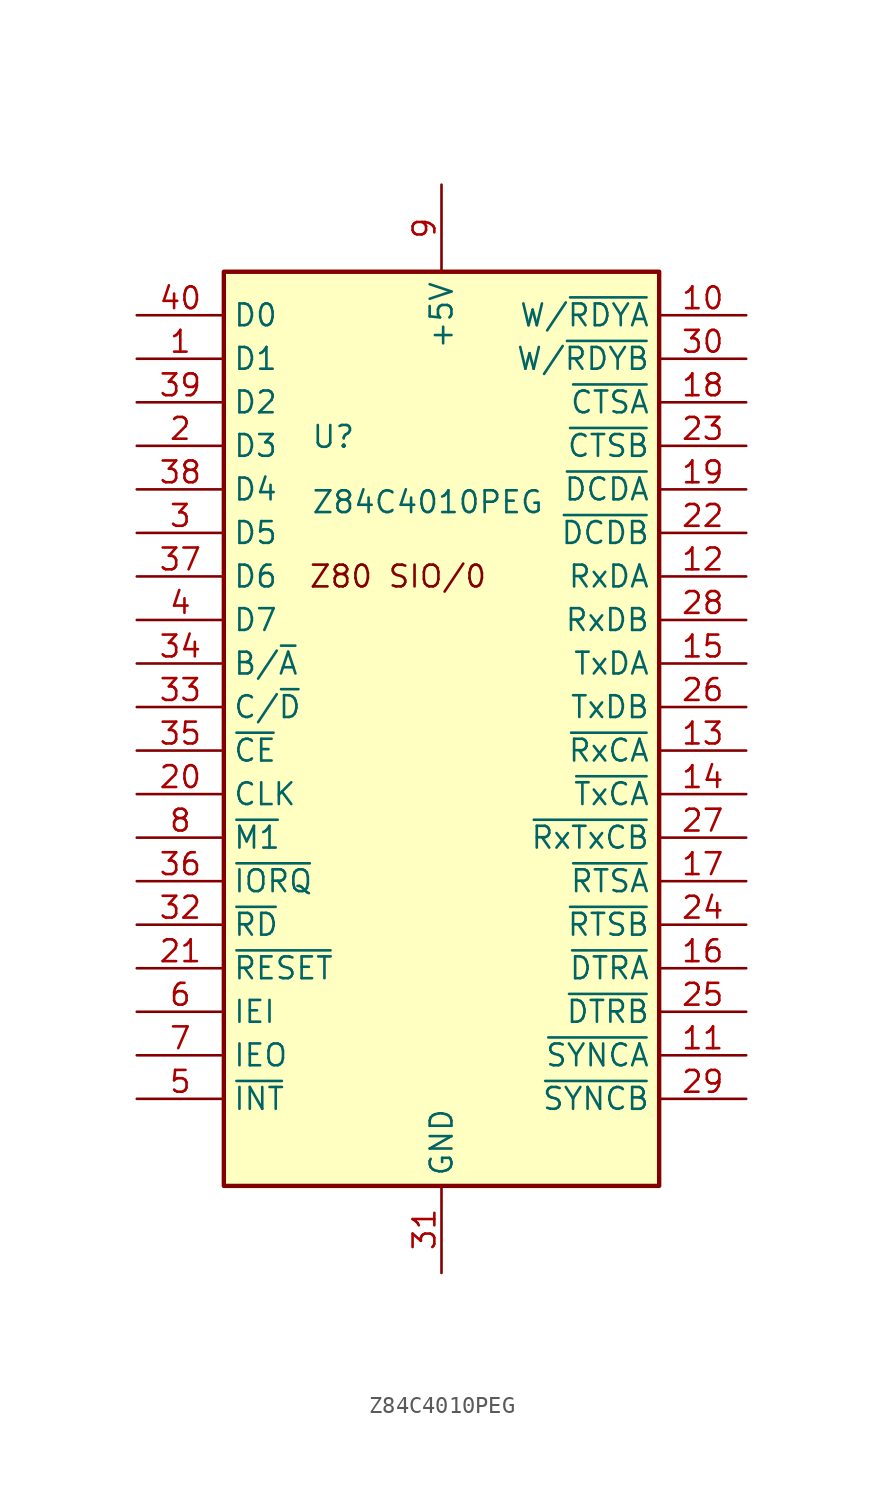
<source format=kicad_sym>
(kicad_symbol_lib
  (version 20220914)
  (generator kicad_symbol_editor)
  (symbol "Z84C4010PEG"
    (property "Reference" "U"
      (at 10.16 -6.35 0)
      (effects (font (size 1.27 1.27)) (justify left top)))
    (property "Value" "Z84C4010PEG"
      (at 10.16 -10.16 0)
      (effects (font (size 1.27 1.27)) (justify left top)))
    (symbol "Z84C4010PEG_1_1"
      (rectangle (start 5.08 2.54) (end 30.48 -50.8) (stroke (width 0.254) (type default)) (fill (type background)))
      (text "Z80 SIO/0" (at 15.24 -15.24 0) (effects (font (size 1.27 1.27))))
      (pin tri_state line (at 0 -2.54 0) (length 5.08) (name "D1" (effects (font (size 1.27 1.27)))) (number "1" (effects (font (size 1.27 1.27)))))
      (pin output line (at 35.56 0 180) (length 5.08) (name "W/~{RDYA}" (effects (font (size 1.27 1.27)))) (number "10" (effects (font (size 1.27 1.27)))))
      (pin bidirectional line (at 35.56 -43.18 180) (length 5.08) (name "~{SYNCA}" (effects (font (size 1.27 1.27)))) (number "11" (effects (font (size 1.27 1.27)))))
      (pin input line (at 35.56 -15.24 180) (length 5.08) (name "RxDA" (effects (font (size 1.27 1.27)))) (number "12" (effects (font (size 1.27 1.27)))))
      (pin input line (at 35.56 -25.4 180) (length 5.08) (name "~{RxCA}" (effects (font (size 1.27 1.27)))) (number "13" (effects (font (size 1.27 1.27)))))
      (pin input line (at 35.56 -27.94 180) (length 5.08) (name "~{TxCA}" (effects (font (size 1.27 1.27)))) (number "14" (effects (font (size 1.27 1.27)))))
      (pin output line (at 35.56 -20.32 180) (length 5.08) (name "TxDA" (effects (font (size 1.27 1.27)))) (number "15" (effects (font (size 1.27 1.27)))))
      (pin output line (at 35.56 -38.1 180) (length 5.08) (name "~{DTRA}" (effects (font (size 1.27 1.27)))) (number "16" (effects (font (size 1.27 1.27)))))
      (pin output line (at 35.56 -33.02 180) (length 5.08) (name "~{RTSA}" (effects (font (size 1.27 1.27)))) (number "17" (effects (font (size 1.27 1.27)))))
      (pin input line (at 35.56 -5.08 180) (length 5.08) (name "~{CTSA}" (effects (font (size 1.27 1.27)))) (number "18" (effects (font (size 1.27 1.27)))))
      (pin input line (at 35.56 -10.16 180) (length 5.08) (name "~{DCDA}" (effects (font (size 1.27 1.27)))) (number "19" (effects (font (size 1.27 1.27)))))
      (pin tri_state line (at 0 -7.62 0) (length 5.08) (name "D3" (effects (font (size 1.27 1.27)))) (number "2" (effects (font (size 1.27 1.27)))))
      (pin input line (at 0 -27.94 0) (length 5.08) (name "CLK" (effects (font (size 1.27 1.27)))) (number "20" (effects (font (size 1.27 1.27)))))
      (pin input line (at 0 -38.1 0) (length 5.08) (name "~{RESET}" (effects (font (size 1.27 1.27)))) (number "21" (effects (font (size 1.27 1.27)))))
      (pin input line (at 35.56 -12.7 180) (length 5.08) (name "~{DCDB}" (effects (font (size 1.27 1.27)))) (number "22" (effects (font (size 1.27 1.27)))))
      (pin input line (at 35.56 -7.62 180) (length 5.08) (name "~{CTSB}" (effects (font (size 1.27 1.27)))) (number "23" (effects (font (size 1.27 1.27)))))
      (pin output line (at 35.56 -35.56 180) (length 5.08) (name "~{RTSB}" (effects (font (size 1.27 1.27)))) (number "24" (effects (font (size 1.27 1.27)))))
      (pin output line (at 35.56 -40.64 180) (length 5.08) (name "~{DTRB}" (effects (font (size 1.27 1.27)))) (number "25" (effects (font (size 1.27 1.27)))))
      (pin output line (at 35.56 -22.86 180) (length 5.08) (name "TxDB" (effects (font (size 1.27 1.27)))) (number "26" (effects (font (size 1.27 1.27)))))
      (pin input line (at 35.56 -30.48 180) (length 5.08) (name "~{RxTxCB}" (effects (font (size 1.27 1.27)))) (number "27" (effects (font (size 1.27 1.27)))))
      (pin input line (at 35.56 -17.78 180) (length 5.08) (name "RxDB" (effects (font (size 1.27 1.27)))) (number "28" (effects (font (size 1.27 1.27)))))
      (pin bidirectional line (at 35.56 -45.72 180) (length 5.08) (name "~{SYNCB}" (effects (font (size 1.27 1.27)))) (number "29" (effects (font (size 1.27 1.27)))))
      (pin tri_state line (at 0 -12.7 0) (length 5.08) (name "D5" (effects (font (size 1.27 1.27)))) (number "3" (effects (font (size 1.27 1.27)))))
      (pin output line (at 35.56 -2.54 180) (length 5.08) (name "W/~{RDYB}" (effects (font (size 1.27 1.27)))) (number "30" (effects (font (size 1.27 1.27)))))
      (pin power_in line (at 17.78 -55.88 90) (length 5.08) (name "GND" (effects (font (size 1.27 1.27)))) (number "31" (effects (font (size 1.27 1.27)))))
      (pin input line (at 0 -35.56 0) (length 5.08) (name "~{RD}" (effects (font (size 1.27 1.27)))) (number "32" (effects (font (size 1.27 1.27)))))
      (pin input line (at 0 -22.86 0) (length 5.08) (name "C/~{D}" (effects (font (size 1.27 1.27)))) (number "33" (effects (font (size 1.27 1.27)))))
      (pin input line (at 0 -20.32 0) (length 5.08) (name "B/~{A}" (effects (font (size 1.27 1.27)))) (number "34" (effects (font (size 1.27 1.27)))))
      (pin input line (at 0 -25.4 0) (length 5.08) (name "~{CE}" (effects (font (size 1.27 1.27)))) (number "35" (effects (font (size 1.27 1.27)))))
      (pin input line (at 0 -33.02 0) (length 5.08) (name "~{IORQ}" (effects (font (size 1.27 1.27)))) (number "36" (effects (font (size 1.27 1.27)))))
      (pin tri_state line (at 0 -15.24 0) (length 5.08) (name "D6" (effects (font (size 1.27 1.27)))) (number "37" (effects (font (size 1.27 1.27)))))
      (pin tri_state line (at 0 -10.16 0) (length 5.08) (name "D4" (effects (font (size 1.27 1.27)))) (number "38" (effects (font (size 1.27 1.27)))))
      (pin tri_state line (at 0 -5.08 0) (length 5.08) (name "D2" (effects (font (size 1.27 1.27)))) (number "39" (effects (font (size 1.27 1.27)))))
      (pin tri_state line (at 0 -17.78 0) (length 5.08) (name "D7" (effects (font (size 1.27 1.27)))) (number "4" (effects (font (size 1.27 1.27)))))
      (pin tri_state line (at 0 0 0) (length 5.08) (name "D0" (effects (font (size 1.27 1.27)))) (number "40" (effects (font (size 1.27 1.27)))))
      (pin output line (at 0 -45.72 0) (length 5.08) (name "~{INT}" (effects (font (size 1.27 1.27)))) (number "5" (effects (font (size 1.27 1.27)))))
      (pin input line (at 0 -40.64 0) (length 5.08) (name "IEI" (effects (font (size 1.27 1.27)))) (number "6" (effects (font (size 1.27 1.27)))))
      (pin output line (at 0 -43.18 0) (length 5.08) (name "IEO" (effects (font (size 1.27 1.27)))) (number "7" (effects (font (size 1.27 1.27)))))
      (pin input line (at 0 -30.48 0) (length 5.08) (name "~{M1}" (effects (font (size 1.27 1.27)))) (number "8" (effects (font (size 1.27 1.27)))))
      (pin power_in line (at 17.78 7.62 270) (length 5.08) (name "+5V" (effects (font (size 1.27 1.27)))) (number "9" (effects (font (size 1.27 1.27))))))))
</source>
